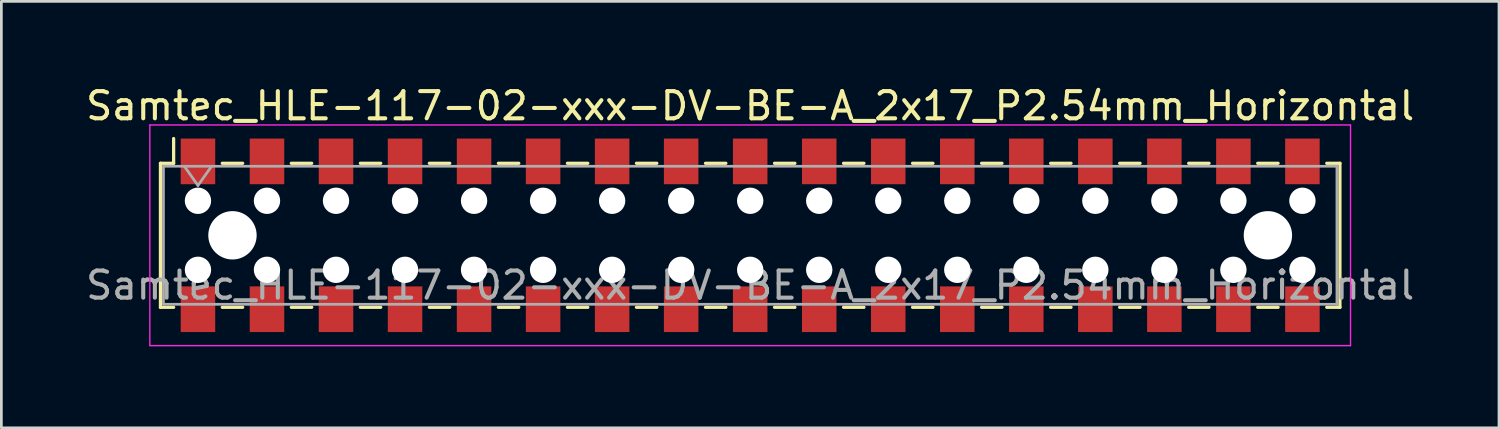
<source format=kicad_pcb>
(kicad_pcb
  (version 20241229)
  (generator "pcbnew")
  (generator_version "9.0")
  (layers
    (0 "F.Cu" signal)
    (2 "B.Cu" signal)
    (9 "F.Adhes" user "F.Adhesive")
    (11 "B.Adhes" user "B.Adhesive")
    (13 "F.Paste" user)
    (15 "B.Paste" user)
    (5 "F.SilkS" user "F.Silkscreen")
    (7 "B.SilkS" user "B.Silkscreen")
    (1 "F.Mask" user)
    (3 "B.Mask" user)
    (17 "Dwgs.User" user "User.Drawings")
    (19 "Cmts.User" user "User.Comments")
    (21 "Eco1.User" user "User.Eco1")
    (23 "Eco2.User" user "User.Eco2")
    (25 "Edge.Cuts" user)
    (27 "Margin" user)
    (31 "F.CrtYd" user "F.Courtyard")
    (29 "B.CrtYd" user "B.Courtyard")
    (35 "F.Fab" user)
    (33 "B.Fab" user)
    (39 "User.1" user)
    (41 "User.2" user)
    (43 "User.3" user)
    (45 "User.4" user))
  (footprint "Samtec_HLE-117-02-xxx-DV-BE-A_2x17_P2.54mm_Horizontal"
    (layer "F.Cu")
    (at 24.554 5.608)
    (property "Reference" "Samtec_HLE-117-02-xxx-DV-BE-A_2x17_P2.54mm_Horizontal" (at 0 -4.76 0) (layer "F.SilkS") (effects (font (size 1 1) (thickness 0.15))))
    (attr smd)
    (fp_line (start -21.7 -2.65) (end -21.7 2.65) (stroke (width 0.12) (type solid)) (layer "F.SilkS"))
    (fp_line (start -21.7 2.65) (end -21.215 2.65) (stroke (width 0.12) (type solid)) (layer "F.SilkS"))
    (fp_line (start -21.215 -3.56) (end -21.215 -2.65) (stroke (width 0.12) (type solid)) (layer "F.SilkS"))
    (fp_line (start -21.215 -2.65) (end -21.7 -2.65) (stroke (width 0.12) (type solid)) (layer "F.SilkS"))
    (fp_line (start -19.425 -2.65) (end -18.675 -2.65) (stroke (width 0.12) (type solid)) (layer "F.SilkS"))
    (fp_line (start -19.425 2.65) (end -18.675 2.65) (stroke (width 0.12) (type solid)) (layer "F.SilkS"))
    (fp_line (start -16.885 -2.65) (end -16.135 -2.65) (stroke (width 0.12) (type solid)) (layer "F.SilkS"))
    (fp_line (start -16.885 2.65) (end -16.135 2.65) (stroke (width 0.12) (type solid)) (layer "F.SilkS"))
    (fp_line (start -14.345 -2.65) (end -13.595 -2.65) (stroke (width 0.12) (type solid)) (layer "F.SilkS"))
    (fp_line (start -14.345 2.65) (end -13.595 2.65) (stroke (width 0.12) (type solid)) (layer "F.SilkS"))
    (fp_line (start -11.805 -2.65) (end -11.055 -2.65) (stroke (width 0.12) (type solid)) (layer "F.SilkS"))
    (fp_line (start -11.805 2.65) (end -11.055 2.65) (stroke (width 0.12) (type solid)) (layer "F.SilkS"))
    (fp_line (start -9.265 -2.65) (end -8.515 -2.65) (stroke (width 0.12) (type solid)) (layer "F.SilkS"))
    (fp_line (start -9.265 2.65) (end -8.515 2.65) (stroke (width 0.12) (type solid)) (layer "F.SilkS"))
    (fp_line (start -6.725 -2.65) (end -5.975 -2.65) (stroke (width 0.12) (type solid)) (layer "F.SilkS"))
    (fp_line (start -6.725 2.65) (end -5.975 2.65) (stroke (width 0.12) (type solid)) (layer "F.SilkS"))
    (fp_line (start -4.185 -2.65) (end -3.435 -2.65) (stroke (width 0.12) (type solid)) (layer "F.SilkS"))
    (fp_line (start -4.185 2.65) (end -3.435 2.65) (stroke (width 0.12) (type solid)) (layer "F.SilkS"))
    (fp_line (start -1.645 -2.65) (end -0.895 -2.65) (stroke (width 0.12) (type solid)) (layer "F.SilkS"))
    (fp_line (start -1.645 2.65) (end -0.895 2.65) (stroke (width 0.12) (type solid)) (layer "F.SilkS"))
    (fp_line (start 0.895 -2.65) (end 1.645 -2.65) (stroke (width 0.12) (type solid)) (layer "F.SilkS"))
    (fp_line (start 0.895 2.65) (end 1.645 2.65) (stroke (width 0.12) (type solid)) (layer "F.SilkS"))
    (fp_line (start 3.435 -2.65) (end 4.185 -2.65) (stroke (width 0.12) (type solid)) (layer "F.SilkS"))
    (fp_line (start 3.435 2.65) (end 4.185 2.65) (stroke (width 0.12) (type solid)) (layer "F.SilkS"))
    (fp_line (start 5.975 -2.65) (end 6.725 -2.65) (stroke (width 0.12) (type solid)) (layer "F.SilkS"))
    (fp_line (start 5.975 2.65) (end 6.725 2.65) (stroke (width 0.12) (type solid)) (layer "F.SilkS"))
    (fp_line (start 8.515 -2.65) (end 9.265 -2.65) (stroke (width 0.12) (type solid)) (layer "F.SilkS"))
    (fp_line (start 8.515 2.65) (end 9.265 2.65) (stroke (width 0.12) (type solid)) (layer "F.SilkS"))
    (fp_line (start 11.055 -2.65) (end 11.805 -2.65) (stroke (width 0.12) (type solid)) (layer "F.SilkS"))
    (fp_line (start 11.055 2.65) (end 11.805 2.65) (stroke (width 0.12) (type solid)) (layer "F.SilkS"))
    (fp_line (start 13.595 -2.65) (end 14.345 -2.65) (stroke (width 0.12) (type solid)) (layer "F.SilkS"))
    (fp_line (start 13.595 2.65) (end 14.345 2.65) (stroke (width 0.12) (type solid)) (layer "F.SilkS"))
    (fp_line (start 16.135 -2.65) (end 16.885 -2.65) (stroke (width 0.12) (type solid)) (layer "F.SilkS"))
    (fp_line (start 16.135 2.65) (end 16.885 2.65) (stroke (width 0.12) (type solid)) (layer "F.SilkS"))
    (fp_line (start 18.675 -2.65) (end 19.425 -2.65) (stroke (width 0.12) (type solid)) (layer "F.SilkS"))
    (fp_line (start 18.675 2.65) (end 19.425 2.65) (stroke (width 0.12) (type solid)) (layer "F.SilkS"))
    (fp_line (start 21.215 -2.65) (end 21.7 -2.65) (stroke (width 0.12) (type solid)) (layer "F.SilkS"))
    (fp_line (start 21.7 -2.65) (end 21.7 2.65) (stroke (width 0.12) (type solid)) (layer "F.SilkS"))
    (fp_line (start 21.7 2.65) (end 21.215 2.65) (stroke (width 0.12) (type solid)) (layer "F.SilkS"))
    (fp_line (start -22.09 -4.06) (end 22.09 -4.06) (stroke (width 0.05) (type solid)) (layer "F.CrtYd"))
    (fp_line (start -22.09 4.06) (end -22.09 -4.06) (stroke (width 0.05) (type solid)) (layer "F.CrtYd"))
    (fp_line (start 22.09 -4.06) (end 22.09 4.06) (stroke (width 0.05) (type solid)) (layer "F.CrtYd"))
    (fp_line (start 22.09 4.06) (end -22.09 4.06) (stroke (width 0.05) (type solid)) (layer "F.CrtYd"))
    (fp_line (start -21.59 -2.54) (end 21.59 -2.54) (stroke (width 0.1) (type solid)) (layer "F.Fab"))
    (fp_line (start -21.59 2.54) (end -21.59 -2.54) (stroke (width 0.1) (type solid)) (layer "F.Fab"))
    (fp_line (start -20.82 -2.54) (end -20.32 -1.833) (stroke (width 0.1) (type solid)) (layer "F.Fab"))
    (fp_line (start -20.32 -1.833) (end -19.82 -2.54) (stroke (width 0.1) (type solid)) (layer "F.Fab"))
    (fp_line (start 21.59 -2.54) (end 21.59 2.54) (stroke (width 0.1) (type solid)) (layer "F.Fab"))
    (fp_line (start 21.59 2.54) (end -21.59 2.54) (stroke (width 0.1) (type solid)) (layer "F.Fab"))
    (fp_text user "${REFERENCE}" (at 0 1.84 0) (layer "F.Fab") (effects (font (size 1 1) (thickness 0.15))))
    (pad "" np_thru_hole circle (at -20.32 -1.27) (size 0.97 0.97) (drill 0.97) (layers "*.Cu" "*.Mask"))
    (pad "" np_thru_hole circle (at -20.32 1.27) (size 0.97 0.97) (drill 0.97) (layers "*.Cu" "*.Mask"))
    (pad "" np_thru_hole circle (at -19.05 0) (size 1.78 1.78) (drill 1.78) (layers "*.Cu" "*.Mask"))
    (pad "" np_thru_hole circle (at -17.78 -1.27) (size 0.97 0.97) (drill 0.97) (layers "*.Cu" "*.Mask"))
    (pad "" np_thru_hole circle (at -17.78 1.27) (size 0.97 0.97) (drill 0.97) (layers "*.Cu" "*.Mask"))
    (pad "" np_thru_hole circle (at -15.24 -1.27) (size 0.97 0.97) (drill 0.97) (layers "*.Cu" "*.Mask"))
    (pad "" np_thru_hole circle (at -15.24 1.27) (size 0.97 0.97) (drill 0.97) (layers "*.Cu" "*.Mask"))
    (pad "" np_thru_hole circle (at -12.7 -1.27) (size 0.97 0.97) (drill 0.97) (layers "*.Cu" "*.Mask"))
    (pad "" np_thru_hole circle (at -12.7 1.27) (size 0.97 0.97) (drill 0.97) (layers "*.Cu" "*.Mask"))
    (pad "" np_thru_hole circle (at -10.16 -1.27) (size 0.97 0.97) (drill 0.97) (layers "*.Cu" "*.Mask"))
    (pad "" np_thru_hole circle (at -10.16 1.27) (size 0.97 0.97) (drill 0.97) (layers "*.Cu" "*.Mask"))
    (pad "" np_thru_hole circle (at -7.62 -1.27) (size 0.97 0.97) (drill 0.97) (layers "*.Cu" "*.Mask"))
    (pad "" np_thru_hole circle (at -7.62 1.27) (size 0.97 0.97) (drill 0.97) (layers "*.Cu" "*.Mask"))
    (pad "" np_thru_hole circle (at -5.08 -1.27) (size 0.97 0.97) (drill 0.97) (layers "*.Cu" "*.Mask"))
    (pad "" np_thru_hole circle (at -5.08 1.27) (size 0.97 0.97) (drill 0.97) (layers "*.Cu" "*.Mask"))
    (pad "" np_thru_hole circle (at -2.54 -1.27) (size 0.97 0.97) (drill 0.97) (layers "*.Cu" "*.Mask"))
    (pad "" np_thru_hole circle (at -2.54 1.27) (size 0.97 0.97) (drill 0.97) (layers "*.Cu" "*.Mask"))
    (pad "" np_thru_hole circle (at 0 -1.27) (size 0.97 0.97) (drill 0.97) (layers "*.Cu" "*.Mask"))
    (pad "" np_thru_hole circle (at 0 1.27) (size 0.97 0.97) (drill 0.97) (layers "*.Cu" "*.Mask"))
    (pad "" np_thru_hole circle (at 2.54 -1.27) (size 0.97 0.97) (drill 0.97) (layers "*.Cu" "*.Mask"))
    (pad "" np_thru_hole circle (at 2.54 1.27) (size 0.97 0.97) (drill 0.97) (layers "*.Cu" "*.Mask"))
    (pad "" np_thru_hole circle (at 5.08 -1.27) (size 0.97 0.97) (drill 0.97) (layers "*.Cu" "*.Mask"))
    (pad "" np_thru_hole circle (at 5.08 1.27) (size 0.97 0.97) (drill 0.97) (layers "*.Cu" "*.Mask"))
    (pad "" np_thru_hole circle (at 7.62 -1.27) (size 0.97 0.97) (drill 0.97) (layers "*.Cu" "*.Mask"))
    (pad "" np_thru_hole circle (at 7.62 1.27) (size 0.97 0.97) (drill 0.97) (layers "*.Cu" "*.Mask"))
    (pad "" np_thru_hole circle (at 10.16 -1.27) (size 0.97 0.97) (drill 0.97) (layers "*.Cu" "*.Mask"))
    (pad "" np_thru_hole circle (at 10.16 1.27) (size 0.97 0.97) (drill 0.97) (layers "*.Cu" "*.Mask"))
    (pad "" np_thru_hole circle (at 12.7 -1.27) (size 0.97 0.97) (drill 0.97) (layers "*.Cu" "*.Mask"))
    (pad "" np_thru_hole circle (at 12.7 1.27) (size 0.97 0.97) (drill 0.97) (layers "*.Cu" "*.Mask"))
    (pad "" np_thru_hole circle (at 15.24 -1.27) (size 0.97 0.97) (drill 0.97) (layers "*.Cu" "*.Mask"))
    (pad "" np_thru_hole circle (at 15.24 1.27) (size 0.97 0.97) (drill 0.97) (layers "*.Cu" "*.Mask"))
    (pad "" np_thru_hole circle (at 17.78 -1.27) (size 0.97 0.97) (drill 0.97) (layers "*.Cu" "*.Mask"))
    (pad "" np_thru_hole circle (at 17.78 1.27) (size 0.97 0.97) (drill 0.97) (layers "*.Cu" "*.Mask"))
    (pad "" np_thru_hole circle (at 19.05 0) (size 1.78 1.78) (drill 1.78) (layers "*.Cu" "*.Mask"))
    (pad "" np_thru_hole circle (at 20.32 -1.27) (size 0.97 0.97) (drill 0.97) (layers "*.Cu" "*.Mask"))
    (pad "" np_thru_hole circle (at 20.32 1.27) (size 0.97 0.97) (drill 0.97) (layers "*.Cu" "*.Mask"))
    (pad "1" smd rect (at -20.32 -2.72) (size 1.27 1.68) (layers "F.Cu" "F.Mask" "F.Paste"))
    (pad "2" smd rect (at -20.32 2.72) (size 1.27 1.68) (layers "F.Cu" "F.Mask" "F.Paste"))
    (pad "3" smd rect (at -17.78 -2.72) (size 1.27 1.68) (layers "F.Cu" "F.Mask" "F.Paste"))
    (pad "4" smd rect (at -17.78 2.72) (size 1.27 1.68) (layers "F.Cu" "F.Mask" "F.Paste"))
    (pad "5" smd rect (at -15.24 -2.72) (size 1.27 1.68) (layers "F.Cu" "F.Mask" "F.Paste"))
    (pad "6" smd rect (at -15.24 2.72) (size 1.27 1.68) (layers "F.Cu" "F.Mask" "F.Paste"))
    (pad "7" smd rect (at -12.7 -2.72) (size 1.27 1.68) (layers "F.Cu" "F.Mask" "F.Paste"))
    (pad "8" smd rect (at -12.7 2.72) (size 1.27 1.68) (layers "F.Cu" "F.Mask" "F.Paste"))
    (pad "9" smd rect (at -10.16 -2.72) (size 1.27 1.68) (layers "F.Cu" "F.Mask" "F.Paste"))
    (pad "10" smd rect (at -10.16 2.72) (size 1.27 1.68) (layers "F.Cu" "F.Mask" "F.Paste"))
    (pad "11" smd rect (at -7.62 -2.72) (size 1.27 1.68) (layers "F.Cu" "F.Mask" "F.Paste"))
    (pad "12" smd rect (at -7.62 2.72) (size 1.27 1.68) (layers "F.Cu" "F.Mask" "F.Paste"))
    (pad "13" smd rect (at -5.08 -2.72) (size 1.27 1.68) (layers "F.Cu" "F.Mask" "F.Paste"))
    (pad "14" smd rect (at -5.08 2.72) (size 1.27 1.68) (layers "F.Cu" "F.Mask" "F.Paste"))
    (pad "15" smd rect (at -2.54 -2.72) (size 1.27 1.68) (layers "F.Cu" "F.Mask" "F.Paste"))
    (pad "16" smd rect (at -2.54 2.72) (size 1.27 1.68) (layers "F.Cu" "F.Mask" "F.Paste"))
    (pad "17" smd rect (at 0 -2.72) (size 1.27 1.68) (layers "F.Cu" "F.Mask" "F.Paste"))
    (pad "18" smd rect (at 0 2.72) (size 1.27 1.68) (layers "F.Cu" "F.Mask" "F.Paste"))
    (pad "19" smd rect (at 2.54 -2.72) (size 1.27 1.68) (layers "F.Cu" "F.Mask" "F.Paste"))
    (pad "20" smd rect (at 2.54 2.72) (size 1.27 1.68) (layers "F.Cu" "F.Mask" "F.Paste"))
    (pad "21" smd rect (at 5.08 -2.72) (size 1.27 1.68) (layers "F.Cu" "F.Mask" "F.Paste"))
    (pad "22" smd rect (at 5.08 2.72) (size 1.27 1.68) (layers "F.Cu" "F.Mask" "F.Paste"))
    (pad "23" smd rect (at 7.62 -2.72) (size 1.27 1.68) (layers "F.Cu" "F.Mask" "F.Paste"))
    (pad "24" smd rect (at 7.62 2.72) (size 1.27 1.68) (layers "F.Cu" "F.Mask" "F.Paste"))
    (pad "25" smd rect (at 10.16 -2.72) (size 1.27 1.68) (layers "F.Cu" "F.Mask" "F.Paste"))
    (pad "26" smd rect (at 10.16 2.72) (size 1.27 1.68) (layers "F.Cu" "F.Mask" "F.Paste"))
    (pad "27" smd rect (at 12.7 -2.72) (size 1.27 1.68) (layers "F.Cu" "F.Mask" "F.Paste"))
    (pad "28" smd rect (at 12.7 2.72) (size 1.27 1.68) (layers "F.Cu" "F.Mask" "F.Paste"))
    (pad "29" smd rect (at 15.24 -2.72) (size 1.27 1.68) (layers "F.Cu" "F.Mask" "F.Paste"))
    (pad "30" smd rect (at 15.24 2.72) (size 1.27 1.68) (layers "F.Cu" "F.Mask" "F.Paste"))
    (pad "31" smd rect (at 17.78 -2.72) (size 1.27 1.68) (layers "F.Cu" "F.Mask" "F.Paste"))
    (pad "32" smd rect (at 17.78 2.72) (size 1.27 1.68) (layers "F.Cu" "F.Mask" "F.Paste"))
    (pad "33" smd rect (at 20.32 -2.72) (size 1.27 1.68) (layers "F.Cu" "F.Mask" "F.Paste"))
    (pad "34" smd rect (at 20.32 2.72) (size 1.27 1.68) (layers "F.Cu" "F.Mask" "F.Paste")))
  (gr_rect
    (start -3 -3)
    (end 52.107 12.693)
    (stroke (width 0.1) (type default))
    (fill no)
    (layer "Edge.Cuts")))
</source>
